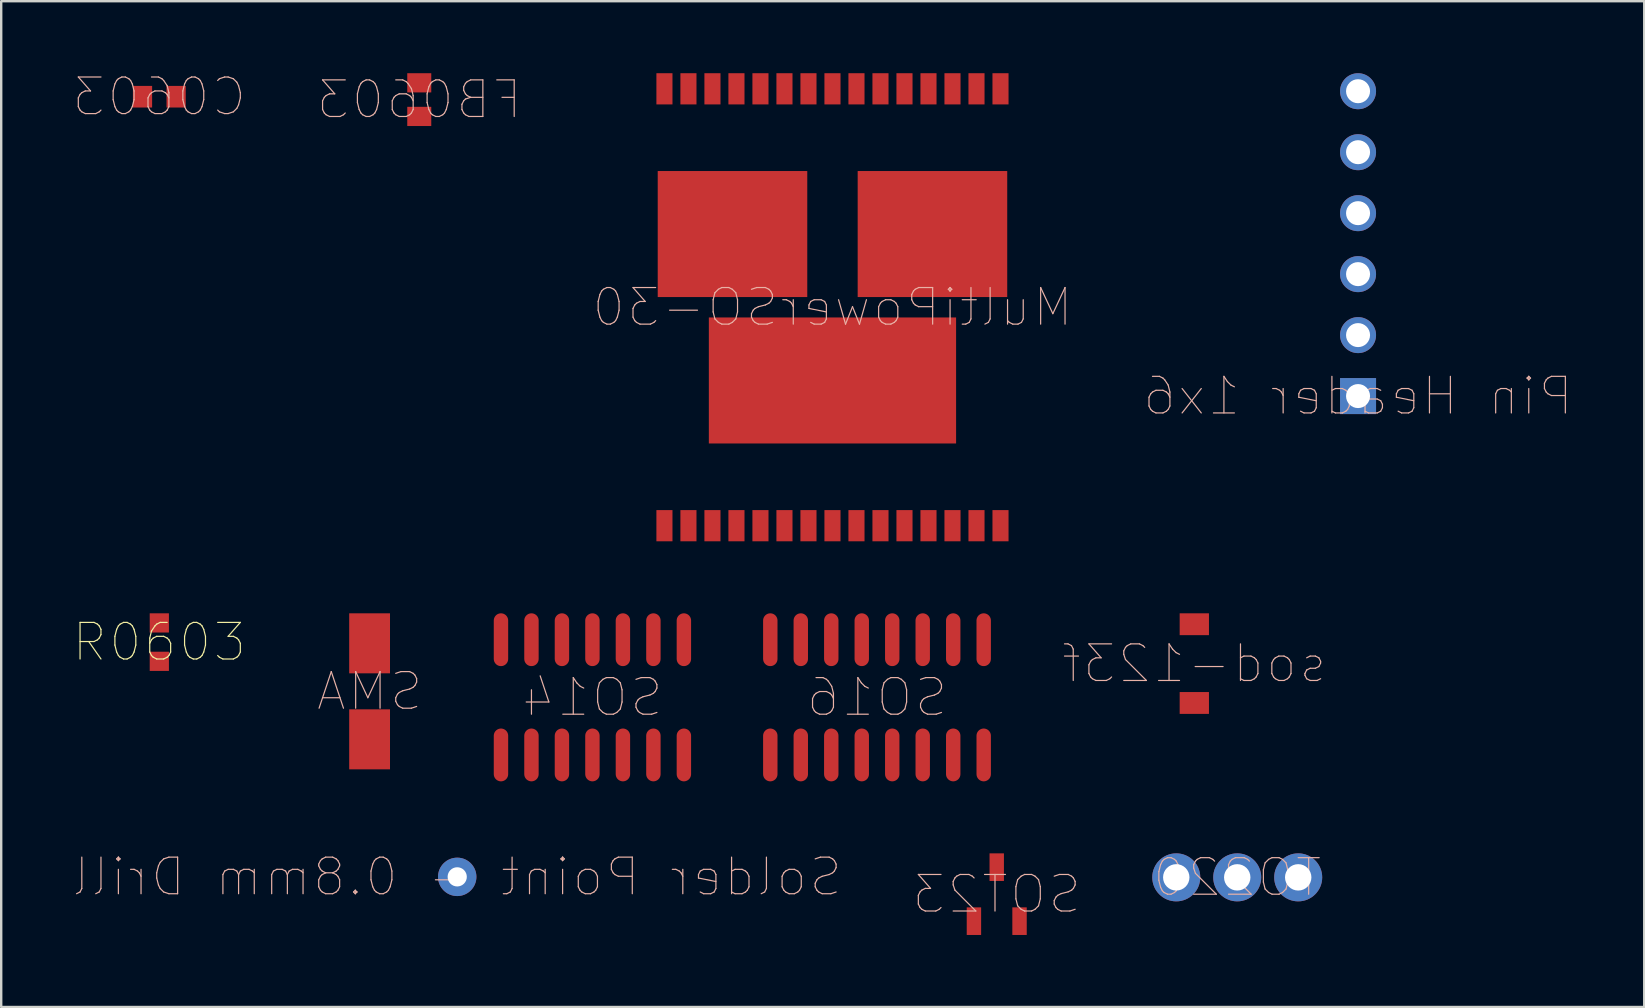
<source format=kicad_pcb>
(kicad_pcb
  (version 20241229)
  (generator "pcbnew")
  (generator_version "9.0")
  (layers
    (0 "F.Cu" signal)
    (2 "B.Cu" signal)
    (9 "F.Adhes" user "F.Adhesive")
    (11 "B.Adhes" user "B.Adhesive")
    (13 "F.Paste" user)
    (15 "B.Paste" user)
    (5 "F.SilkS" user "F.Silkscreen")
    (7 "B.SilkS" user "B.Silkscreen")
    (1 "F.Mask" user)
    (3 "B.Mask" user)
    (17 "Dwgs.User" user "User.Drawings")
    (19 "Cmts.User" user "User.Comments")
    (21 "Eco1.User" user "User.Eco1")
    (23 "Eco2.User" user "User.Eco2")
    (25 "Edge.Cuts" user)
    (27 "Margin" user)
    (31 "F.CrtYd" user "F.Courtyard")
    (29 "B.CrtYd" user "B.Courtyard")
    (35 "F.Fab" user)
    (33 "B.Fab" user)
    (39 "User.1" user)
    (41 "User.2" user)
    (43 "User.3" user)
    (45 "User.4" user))
  (footprint "Solder Point - 0.8mm Drill"
    (layer "F.Cu")
    (at 15.997 33.479)
    (property "Reference" "Solder Point - 0.8mm Drill" (at 0 0 0) (layer "B.SilkS") (effects (font (size 1.524 1.524) (thickness 0.05)) (justify mirror)))
    (attr smd)
    (pad "1" thru_hole circle (at 0 0 270) (size 1.6 1.6) (drill 0.8) (layers "*.Cu")))
  (footprint "SOT23"
    (layer "F.Cu")
    (at 38.473 34.2)
    (property "Reference" "SOT23" (at 0 0 0) (layer "B.SilkS") (effects (font (size 1.524 1.524) (thickness 0.05)) (justify mirror)))
    (attr smd)
    (pad "1" smd rect (at -0.95 1.125 180) (size 0.6 1.15) (layers "F.Cu"))
    (pad "2" smd rect (at 0.95 1.125 180) (size 0.6 1.15) (layers "F.Cu"))
    (pad "3" smd rect (at 0 -1.125 180) (size 0.6 1.15) (layers "F.Cu")))
  (footprint "MultiPowerSO-30"
    (layer "F.Cu")
    (at 31.63 9.75)
    (property "Reference" "MultiPowerSO-30" (at 0 0 0) (layer "B.SilkS") (effects (font (size 1.524 1.524) (thickness 0.05)) (justify mirror)))
    (attr smd)
    (pad "1" smd rect (at -7 9.1) (size 0.67 1.3) (layers "F.Cu"))
    (pad "2" smd rect (at -6 9.1) (size 0.67 1.3) (layers "F.Cu"))
    (pad "3" smd rect (at -5 9.1) (size 0.67 1.3) (layers "F.Cu"))
    (pad "4" smd rect (at -4 9.1) (size 0.67 1.3) (layers "F.Cu"))
    (pad "5" smd rect (at -3 9.1) (size 0.67 1.3) (layers "F.Cu"))
    (pad "6" smd rect (at -2 9.1) (size 0.67 1.3) (layers "F.Cu"))
    (pad "7" smd rect (at -1 9.1) (size 0.67 1.3) (layers "F.Cu"))
    (pad "8" smd rect (at 0 9.1) (size 0.67 1.3) (layers "F.Cu"))
    (pad "9" smd rect (at 1 9.1) (size 0.67 1.3) (layers "F.Cu"))
    (pad "10" smd rect (at 2 9.1) (size 0.67 1.3) (layers "F.Cu"))
    (pad "11" smd rect (at 3 9.1) (size 0.67 1.3) (layers "F.Cu"))
    (pad "12" smd rect (at 4 9.1) (size 0.67 1.3) (layers "F.Cu"))
    (pad "13" smd rect (at 5 9.1) (size 0.67 1.3) (layers "F.Cu"))
    (pad "14" smd rect (at 6 9.1) (size 0.67 1.3) (layers "F.Cu"))
    (pad "15" smd rect (at 7 9.1) (size 0.67 1.3) (layers "F.Cu"))
    (pad "16" smd rect (at 7 -9.1) (size 0.67 1.3) (layers "F.Cu"))
    (pad "17" smd rect (at 6 -9.1) (size 0.67 1.3) (layers "F.Cu"))
    (pad "18" smd rect (at 5 -9.1) (size 0.67 1.3) (layers "F.Cu"))
    (pad "19" smd rect (at 4 -9.1) (size 0.67 1.3) (layers "F.Cu"))
    (pad "20" smd rect (at 3 -9.1) (size 0.67 1.3) (layers "F.Cu"))
    (pad "21" smd rect (at 2 -9.1) (size 0.67 1.3) (layers "F.Cu"))
    (pad "22" smd rect (at 1 -9.1) (size 0.67 1.3) (layers "F.Cu"))
    (pad "23" smd rect (at 0 -9.1) (size 0.67 1.3) (layers "F.Cu"))
    (pad "24" smd rect (at -1 -9.1) (size 0.67 1.3) (layers "F.Cu"))
    (pad "25" smd rect (at -2 -9.1) (size 0.67 1.3) (layers "F.Cu"))
    (pad "26" smd rect (at -3 -9.1) (size 0.67 1.3) (layers "F.Cu"))
    (pad "27" smd rect (at -4 -9.1) (size 0.67 1.3) (layers "F.Cu"))
    (pad "28" smd rect (at -5 -9.1) (size 0.67 1.3) (layers "F.Cu"))
    (pad "29" smd rect (at -6 -9.1) (size 0.67 1.3) (layers "F.Cu"))
    (pad "30" smd rect (at -7 -9.1) (size 0.67 1.3) (layers "F.Cu"))
    (pad "SLUG1" smd rect (at 0 3.05) (size 10.3 5.25) (layers "F.Cu"))
    (pad "SLUG2" smd rect (at 4.165 -3.05) (size 6.23 5.25) (layers "F.Cu"))
    (pad "SLUG3" smd rect (at -4.165 -3.05) (size 6.23 5.25) (layers "F.Cu")))
  (footprint "Pin Header 1x6"
    (layer "F.Cu")
    (at 53.525 13.45)
    (property "Reference" "Pin Header 1x6" (at 0 0 0) (layer "B.SilkS") (effects (font (size 1.524 1.524) (thickness 0.05)) (justify mirror)))
    (attr smd)
    (pad "1" thru_hole rect (at 0 0 90) (size 1.5 1.5) (drill 1) (layers "*.Cu"))
    (pad "2" thru_hole oval (at 0 -2.54 90) (size 1.5 1.5) (drill 1) (layers "*.Cu"))
    (pad "3" thru_hole oval (at 0 -5.08 90) (size 1.5 1.5) (drill 1) (layers "*.Cu"))
    (pad "4" thru_hole oval (at 0 -7.62 90) (size 1.5 1.5) (drill 1) (layers "*.Cu"))
    (pad "5" thru_hole oval (at 0 -10.16 90) (size 1.5 1.5) (drill 1) (layers "*.Cu"))
    (pad "6" thru_hole oval (at 0 -12.7 90) (size 1.5 1.5) (drill 1) (layers "*.Cu")))
  (footprint "FB0603"
    (layer "F.Cu")
    (at 14.416 1.1)
    (property "Reference" "FB0603" (at 0 0 0) (layer "B.SilkS") (effects (font (size 1.524 1.524) (thickness 0.05)) (justify mirror)))
    (attr smd)
    (pad "1" smd rect (at 0 -0.7) (size 1 0.8) (layers "F.Cu"))
    (pad "2" smd rect (at 0 0.7) (size 1 0.8) (layers "F.Cu")))
  (footprint "sod-123f"
    (layer "F.Cu")
    (at 46.704 24.595)
    (property "Reference" "sod-123f" (at 0 0 0) (layer "B.SilkS") (effects (font (size 1.524 1.524) (thickness 0.05)) (justify mirror)))
    (attr smd)
    (pad "A" smd rect (at 0 1.64 90) (size 0.91 1.22) (layers "F.Cu"))
    (pad "C" smd rect (at 0 -1.64 270) (size 0.91 1.22) (layers "F.Cu")))
  (footprint "C0603"
    (layer "F.Cu")
    (at 3.587 0.979)
    (property "Reference" "C0603" (at 0 0 0) (layer "B.SilkS") (effects (font (size 1.524 1.524) (thickness 0.05)) (justify mirror)))
    (attr smd)
    (pad "1" smd rect (at -0.7 0 90) (size 0.9 0.8) (layers "F.Cu"))
    (pad "2" smd rect (at 0.7 0 90) (size 0.9 0.8) (layers "F.Cu")))
  (footprint "SO16"
    (layer "F.Cu")
    (at 33.485 26)
    (property "Reference" "SO16" (at 0 0 0) (layer "B.SilkS") (effects (font (size 1.524 1.524) (thickness 0.05)) (justify mirror)))
    (attr smd)
    (pad "1" smd oval (at -4.445 2.4 180) (size 0.6 2.2) (layers "F.Cu"))
    (pad "2" smd oval (at -3.175 2.4 180) (size 0.6 2.2) (layers "F.Cu"))
    (pad "3" smd oval (at -1.905 2.4 180) (size 0.6 2.2) (layers "F.Cu"))
    (pad "4" smd oval (at -0.635 2.4 180) (size 0.6 2.2) (layers "F.Cu"))
    (pad "5" smd oval (at 0.635 2.4 180) (size 0.6 2.2) (layers "F.Cu"))
    (pad "6" smd oval (at 1.905 2.4 180) (size 0.6 2.2) (layers "F.Cu"))
    (pad "7" smd oval (at 3.175 2.4 180) (size 0.6 2.2) (layers "F.Cu"))
    (pad "8" smd oval (at 4.445 2.4 180) (size 0.6 2.2) (layers "F.Cu"))
    (pad "9" smd oval (at 4.445 -2.4 180) (size 0.6 2.2) (layers "F.Cu"))
    (pad "10" smd oval (at 3.175 -2.4 180) (size 0.6 2.2) (layers "F.Cu"))
    (pad "11" smd oval (at 1.905 -2.4 180) (size 0.6 2.2) (layers "F.Cu"))
    (pad "12" smd oval (at 0.635 -2.4 180) (size 0.6 2.2) (layers "F.Cu"))
    (pad "13" smd oval (at -0.635 -2.4 180) (size 0.6 2.2) (layers "F.Cu"))
    (pad "14" smd oval (at -1.905 -2.4 180) (size 0.6 2.2) (layers "F.Cu"))
    (pad "15" smd oval (at -3.175 -2.4 180) (size 0.6 2.2) (layers "F.Cu"))
    (pad "16" smd oval (at -4.445 -2.4 180) (size 0.6 2.2) (layers "F.Cu")))
  (footprint "SO14"
    (layer "F.Cu")
    (at 21.63 26)
    (property "Reference" "SO14" (at 0 0 0) (layer "B.SilkS") (effects (font (size 1.524 1.524) (thickness 0.05)) (justify mirror)))
    (attr smd)
    (pad "1" smd oval (at 3.81 -2.4) (size 0.6 2.2) (layers "F.Cu"))
    (pad "2" smd oval (at 2.54 -2.4) (size 0.6 2.2) (layers "F.Cu"))
    (pad "3" smd oval (at 1.27 -2.4) (size 0.6 2.2) (layers "F.Cu"))
    (pad "4" smd oval (at 0 -2.4) (size 0.6 2.2) (layers "F.Cu"))
    (pad "5" smd oval (at -1.27 -2.4) (size 0.6 2.2) (layers "F.Cu"))
    (pad "6" smd oval (at -2.54 -2.4) (size 0.6 2.2) (layers "F.Cu"))
    (pad "7" smd oval (at -3.81 -2.4) (size 0.6 2.2) (layers "F.Cu"))
    (pad "8" smd oval (at -3.81 2.4) (size 0.6 2.2) (layers "F.Cu"))
    (pad "9" smd oval (at -2.54 2.4) (size 0.6 2.2) (layers "F.Cu"))
    (pad "10" smd oval (at -1.27 2.4) (size 0.6 2.2) (layers "F.Cu"))
    (pad "11" smd oval (at 0 2.4) (size 0.6 2.2) (layers "F.Cu"))
    (pad "12" smd oval (at 1.27 2.4) (size 0.6 2.2) (layers "F.Cu"))
    (pad "13" smd oval (at 2.54 2.4) (size 0.6 2.2) (layers "F.Cu"))
    (pad "14" smd oval (at 3.81 2.4) (size 0.6 2.2) (layers "F.Cu")))
  (footprint "R0603"
    (layer "F.Cu")
    (at 3.587 23.7)
    (property "Reference" "R0603" (at 0 0 0) (layer "F.SilkS") (effects (font (size 1.524 1.524) (thickness 0.05))))
    (attr smd)
    (pad "1" smd rect (at 0 -0.8) (size 0.8 0.8) (layers "F.Cu"))
    (pad "2" smd rect (at 0 0.8) (size 0.8 0.8) (layers "F.Cu")))
  (footprint "SMA"
    (layer "F.Cu")
    (at 12.347 25.75)
    (property "Reference" "SMA" (at 0 0 0) (layer "B.SilkS") (effects (font (size 1.524 1.524) (thickness 0.05)) (justify mirror)))
    (attr smd)
    (pad "1" smd rect (at 0 2 180) (size 1.7 2.5) (layers "F.Cu"))
    (pad "2" smd rect (at 0 -2 180) (size 1.7 2.5) (layers "F.Cu")))
  (footprint "TO220"
    (layer "F.Cu")
    (at 48.492 33.5)
    (property "Reference" "TO220" (at 0 0 0) (layer "B.SilkS") (effects (font (size 1.524 1.524) (thickness 0.05)) (justify mirror)))
    (attr smd)
    (pad "1" thru_hole circle (at 2.54 0 180) (size 2 2) (drill 1.1) (layers "*.Cu"))
    (pad "2" thru_hole circle (at 0 0 180) (size 2 2) (drill 1.1) (layers "*.Cu"))
    (pad "3" thru_hole circle (at -2.54 0 180) (size 2 2) (drill 1.1) (layers "*.Cu")))
  (gr_rect
    (start -3 -3)
    (end 65.447 38.9)
    (stroke (width 0.1) (type default))
    (fill no)
    (layer "Edge.Cuts")))
</source>
